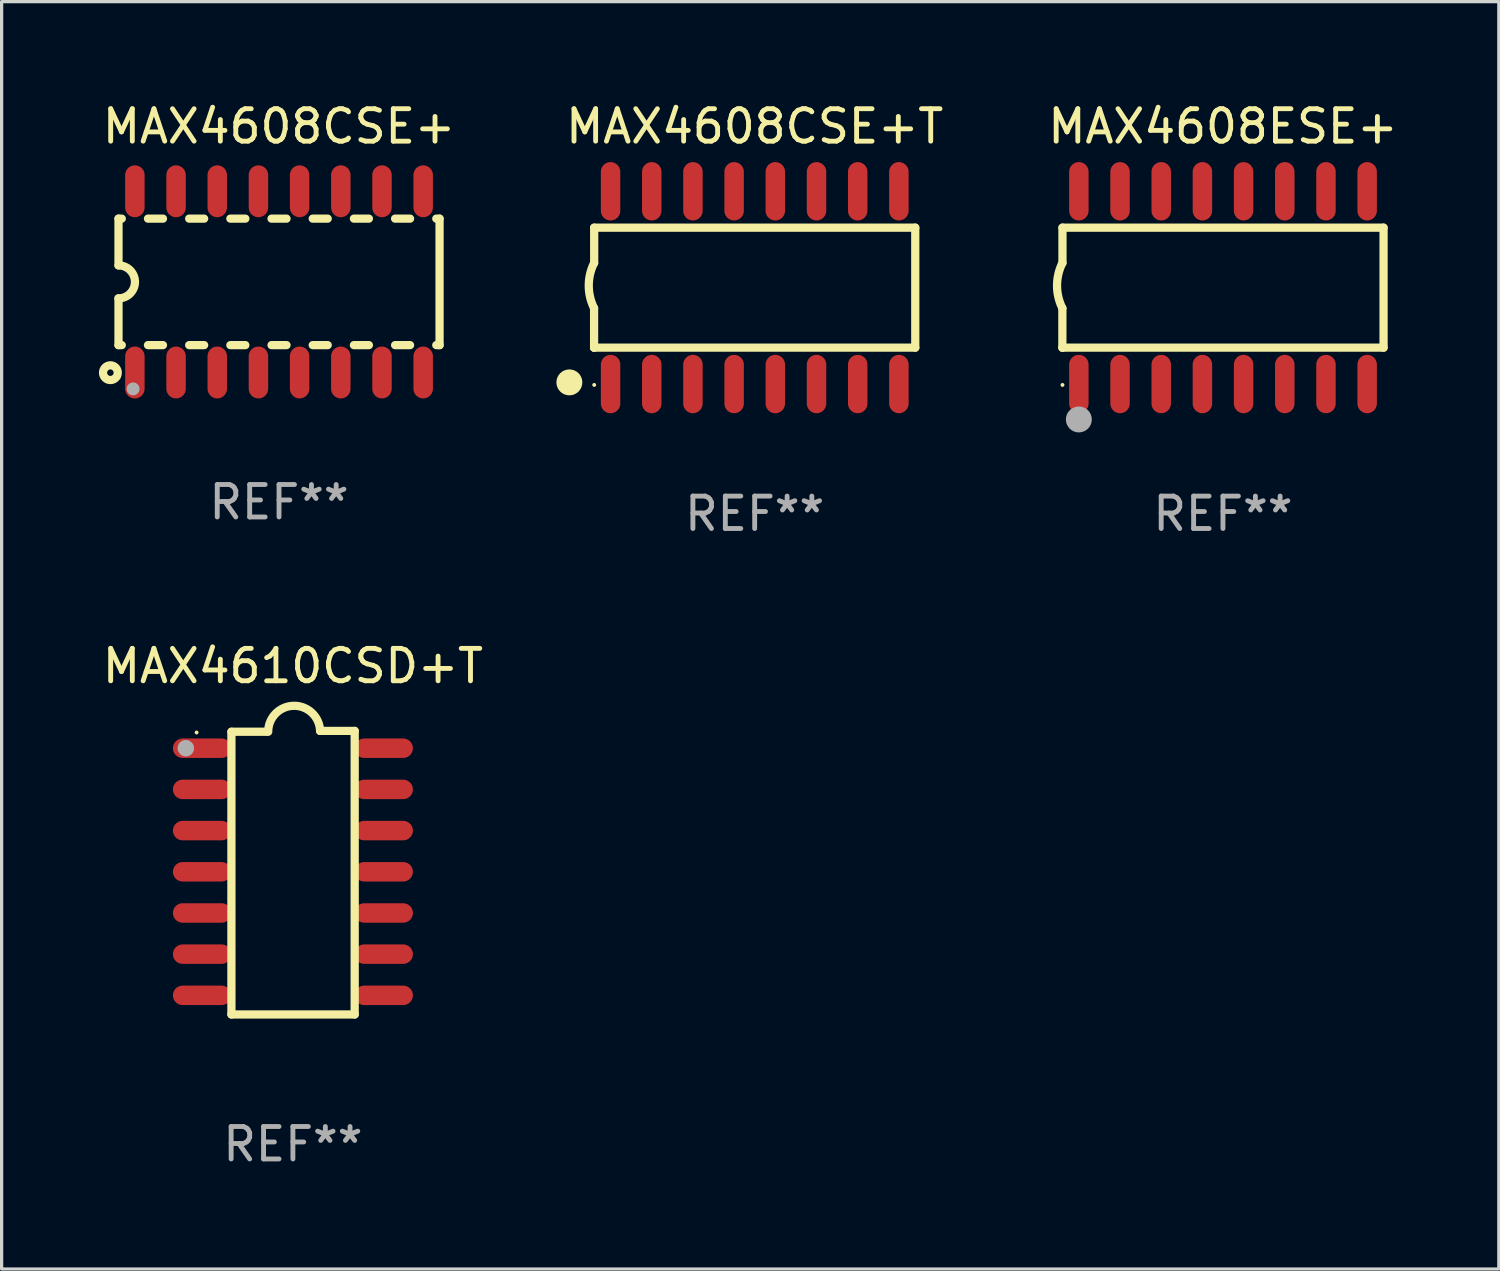
<source format=kicad_pcb>
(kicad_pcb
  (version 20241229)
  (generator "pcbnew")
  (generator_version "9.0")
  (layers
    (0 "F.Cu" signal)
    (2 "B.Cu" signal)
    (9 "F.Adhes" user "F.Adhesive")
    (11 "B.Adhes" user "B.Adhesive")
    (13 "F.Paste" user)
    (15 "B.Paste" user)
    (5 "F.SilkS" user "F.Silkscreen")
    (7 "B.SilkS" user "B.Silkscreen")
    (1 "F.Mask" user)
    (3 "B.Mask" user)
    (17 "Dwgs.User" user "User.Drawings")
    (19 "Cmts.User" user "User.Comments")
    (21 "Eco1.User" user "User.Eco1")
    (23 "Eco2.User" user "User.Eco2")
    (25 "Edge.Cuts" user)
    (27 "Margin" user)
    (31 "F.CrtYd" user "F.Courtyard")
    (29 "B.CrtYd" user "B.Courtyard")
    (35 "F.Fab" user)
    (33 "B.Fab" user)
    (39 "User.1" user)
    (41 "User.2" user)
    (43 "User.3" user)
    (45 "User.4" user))
  (footprint "MAX4608CSE+"
    (layer "F.Cu")
    (at 5.554 5.642)
    (property "Reference" "MAX4608CSE+" (at 0 -4.794 0) (layer "F.SilkS") (effects (font (size 1 1) (thickness 0.15))))
    (attr through_hole)
    (fp_line (start -4.95 -1.95) (end -4.95 -0.508) (stroke (width 0.254) (type solid)) (layer "F.SilkS"))
    (fp_line (start -4.95 -1.95) (end -4.849 -1.95) (stroke (width 0.254) (type solid)) (layer "F.SilkS"))
    (fp_line (start -4.95 1.95) (end -4.95 0.508) (stroke (width 0.254) (type solid)) (layer "F.SilkS"))
    (fp_line (start -4.95 1.95) (end -4.849 1.95) (stroke (width 0.254) (type solid)) (layer "F.SilkS"))
    (fp_line (start -4.041 -1.95) (end -3.579 -1.95) (stroke (width 0.254) (type solid)) (layer "F.SilkS"))
    (fp_line (start -4.041 1.95) (end -3.579 1.95) (stroke (width 0.254) (type solid)) (layer "F.SilkS"))
    (fp_line (start -2.771 -1.95) (end -2.309 -1.95) (stroke (width 0.254) (type solid)) (layer "F.SilkS"))
    (fp_line (start -2.771 1.95) (end -2.309 1.95) (stroke (width 0.254) (type solid)) (layer "F.SilkS"))
    (fp_line (start -1.501 -1.95) (end -1.039 -1.95) (stroke (width 0.254) (type solid)) (layer "F.SilkS"))
    (fp_line (start -1.501 1.95) (end -1.039 1.95) (stroke (width 0.254) (type solid)) (layer "F.SilkS"))
    (fp_line (start -0.231 -1.95) (end 0.231 -1.95) (stroke (width 0.254) (type solid)) (layer "F.SilkS"))
    (fp_line (start -0.231 1.95) (end 0.231 1.95) (stroke (width 0.254) (type solid)) (layer "F.SilkS"))
    (fp_line (start 1.039 -1.95) (end 1.501 -1.95) (stroke (width 0.254) (type solid)) (layer "F.SilkS"))
    (fp_line (start 1.039 1.95) (end 1.501 1.95) (stroke (width 0.254) (type solid)) (layer "F.SilkS"))
    (fp_line (start 2.309 -1.95) (end 2.771 -1.95) (stroke (width 0.254) (type solid)) (layer "F.SilkS"))
    (fp_line (start 2.309 1.95) (end 2.771 1.95) (stroke (width 0.254) (type solid)) (layer "F.SilkS"))
    (fp_line (start 3.579 -1.95) (end 4.041 -1.95) (stroke (width 0.254) (type solid)) (layer "F.SilkS"))
    (fp_line (start 3.579 1.95) (end 4.041 1.95) (stroke (width 0.254) (type solid)) (layer "F.SilkS"))
    (fp_line (start 4.849 -1.95) (end 4.95 -1.95) (stroke (width 0.254) (type solid)) (layer "F.SilkS"))
    (fp_line (start 4.849 1.95) (end 4.95 1.95) (stroke (width 0.254) (type solid)) (layer "F.SilkS"))
    (fp_line (start 4.95 -1.95) (end 4.95 1.95) (stroke (width 0.254) (type solid)) (layer "F.SilkS"))
    (fp_arc (start -4.95047 -0.508001) (mid -4.442469 -0.000228) (end -4.950013 0.508001) (stroke (width 0.254001) (type solid)) (layer "F.SilkS"))
    (fp_circle (center -5.2 2.8) (end -5.1 2.8) (stroke (width 0.254) (type solid)) (fill no) (layer "F.SilkS"))
    (fp_circle (center -4.95 2.947) (end -4.92 2.947) (stroke (width 0.06) (type solid)) (fill no) (layer "F.SilkS"))
    (fp_circle (center -4.5 3.3) (end -4.4 3.3) (stroke (width 0.2) (type solid)) (fill no) (layer "F.Fab"))
    (fp_text user "REF**" (at 0 6.794 0) (layer "F.Fab") (effects (font (size 1 1) (thickness 0.15))))
    (pad "1" smd oval (at -4.445 2.794) (size 0.6 1.6) (layers "F.Cu" "F.Mask" "F.Paste"))
    (pad "2" smd oval (at -3.175 2.794) (size 0.6 1.6) (layers "F.Cu" "F.Mask" "F.Paste"))
    (pad "3" smd oval (at -1.905 2.794) (size 0.6 1.6) (layers "F.Cu" "F.Mask" "F.Paste"))
    (pad "4" smd oval (at -0.635 2.794) (size 0.6 1.6) (layers "F.Cu" "F.Mask" "F.Paste"))
    (pad "5" smd oval (at 0.635 2.794) (size 0.6 1.6) (layers "F.Cu" "F.Mask" "F.Paste"))
    (pad "6" smd oval (at 1.905 2.794) (size 0.6 1.6) (layers "F.Cu" "F.Mask" "F.Paste"))
    (pad "7" smd oval (at 3.175 2.794) (size 0.6 1.6) (layers "F.Cu" "F.Mask" "F.Paste"))
    (pad "8" smd oval (at 4.445 2.794) (size 0.6 1.6) (layers "F.Cu" "F.Mask" "F.Paste"))
    (pad "9" smd oval (at 4.445 -2.794) (size 0.6 1.6) (layers "F.Cu" "F.Mask" "F.Paste"))
    (pad "10" smd oval (at 3.175 -2.794) (size 0.6 1.6) (layers "F.Cu" "F.Mask" "F.Paste"))
    (pad "11" smd oval (at 1.905 -2.794) (size 0.6 1.6) (layers "F.Cu" "F.Mask" "F.Paste"))
    (pad "12" smd oval (at 0.635 -2.794) (size 0.6 1.6) (layers "F.Cu" "F.Mask" "F.Paste"))
    (pad "13" smd oval (at -0.635 -2.794) (size 0.6 1.6) (layers "F.Cu" "F.Mask" "F.Paste"))
    (pad "14" smd oval (at -1.905 -2.794) (size 0.6 1.6) (layers "F.Cu" "F.Mask" "F.Paste"))
    (pad "15" smd oval (at -3.175 -2.794) (size 0.6 1.6) (layers "F.Cu" "F.Mask" "F.Paste"))
    (pad "16" smd oval (at -4.445 -2.794) (size 0.6 1.6) (layers "F.Cu" "F.Mask" "F.Paste")))
  (footprint "MAX4608CSE+T"
    (layer "F.Cu")
    (at 20.221 5.82)
    (property "Reference" "MAX4608CSE+T" (at 0 -4.972 0) (layer "F.SilkS") (effects (font (size 1 1) (thickness 0.15))))
    (attr through_hole)
    (fp_line (start -4.952 0.635) (end -4.952 1.85) (stroke (width 0.254) (type solid)) (layer "F.SilkS"))
    (fp_line (start -4.952 1.85) (end -4.949 1.85) (stroke (width 0.254) (type solid)) (layer "F.SilkS"))
    (fp_line (start -4.949 -1.85) (end -4.949 -0.762) (stroke (width 0.254) (type solid)) (layer "F.SilkS"))
    (fp_line (start -4.949 1.85) (end 4.952 1.85) (stroke (width 0.254) (type solid)) (layer "F.SilkS"))
    (fp_line (start 4.952 -1.85) (end -4.949 -1.85) (stroke (width 0.254) (type solid)) (layer "F.SilkS"))
    (fp_line (start 4.952 1.85) (end 4.952 -1.85) (stroke (width 0.254) (type solid)) (layer "F.SilkS"))
    (fp_arc (start -4.951512 0.635) (mid -5.116405 -0.063501) (end -4.951511 -0.762002) (stroke (width 0.254001) (type solid)) (layer "F.SilkS"))
    (fp_circle (center -5.714 2.921) (end -5.514 2.921) (stroke (width 0.4) (type solid)) (fill no) (layer "F.SilkS"))
    (fp_circle (center -4.948 3) (end -4.918 3) (stroke (width 0.06) (type solid)) (fill no) (layer "F.SilkS"))
    (fp_text user "REF**" (at 0 6.972 0) (layer "F.Fab") (effects (font (size 1 1) (thickness 0.15))))
    (pad "1" smd oval (at -4.444 2.972 180) (size 0.6 1.8) (layers "F.Cu" "F.Mask" "F.Paste"))
    (pad "2" smd oval (at -3.174 2.972 180) (size 0.6 1.8) (layers "F.Cu" "F.Mask" "F.Paste"))
    (pad "3" smd oval (at -1.904 2.972 180) (size 0.6 1.8) (layers "F.Cu" "F.Mask" "F.Paste"))
    (pad "4" smd oval (at -0.634 2.972 180) (size 0.6 1.8) (layers "F.Cu" "F.Mask" "F.Paste"))
    (pad "5" smd oval (at 0.636 2.972 180) (size 0.6 1.8) (layers "F.Cu" "F.Mask" "F.Paste"))
    (pad "6" smd oval (at 1.907 2.972 180) (size 0.6 1.8) (layers "F.Cu" "F.Mask" "F.Paste"))
    (pad "7" smd oval (at 3.177 2.972 180) (size 0.6 1.8) (layers "F.Cu" "F.Mask" "F.Paste"))
    (pad "8" smd oval (at 4.447 2.972 180) (size 0.6 1.8) (layers "F.Cu" "F.Mask" "F.Paste"))
    (pad "9" smd oval (at 4.447 -2.972 180) (size 0.6 1.8) (layers "F.Cu" "F.Mask" "F.Paste"))
    (pad "10" smd oval (at 3.177 -2.972 180) (size 0.6 1.8) (layers "F.Cu" "F.Mask" "F.Paste"))
    (pad "11" smd oval (at 1.907 -2.972 180) (size 0.6 1.8) (layers "F.Cu" "F.Mask" "F.Paste"))
    (pad "12" smd oval (at 0.636 -2.972 180) (size 0.6 1.8) (layers "F.Cu" "F.Mask" "F.Paste"))
    (pad "13" smd oval (at -0.634 -2.972 180) (size 0.6 1.8) (layers "F.Cu" "F.Mask" "F.Paste"))
    (pad "14" smd oval (at -1.904 -2.972 180) (size 0.6 1.8) (layers "F.Cu" "F.Mask" "F.Paste"))
    (pad "15" smd oval (at -3.174 -2.972 180) (size 0.6 1.8) (layers "F.Cu" "F.Mask" "F.Paste"))
    (pad "16" smd oval (at -4.444 -2.972 180) (size 0.6 1.8) (layers "F.Cu" "F.Mask" "F.Paste")))
  (footprint "MAX4610CSD+T"
    (layer "F.Cu")
    (at 5.982 23.86)
    (property "Reference" "MAX4610CSD+T" (at 0 -6.372 0) (layer "F.SilkS") (effects (font (size 1 1) (thickness 0.15))))
    (attr through_hole)
    (fp_line (start -1.896 -4.346) (end -0.813 -4.346) (stroke (width 0.254) (type solid)) (layer "F.SilkS"))
    (fp_line (start -1.896 4.372) (end -1.896 -4.346) (stroke (width 0.254) (type solid)) (layer "F.SilkS"))
    (fp_line (start 0.838 -4.372) (end 1.905 -4.372) (stroke (width 0.254) (type solid)) (layer "F.SilkS"))
    (fp_line (start 1.905 -4.372) (end 1.905 4.372) (stroke (width 0.254) (type solid)) (layer "F.SilkS"))
    (fp_line (start 1.905 4.372) (end -1.896 4.372) (stroke (width 0.254) (type solid)) (layer "F.SilkS"))
    (fp_arc (start -0.761799 -4.346291) (mid 0.025807 -5.146222) (end 0.838405 -4.371692) (stroke (width 0.254001) (type solid)) (layer "F.SilkS"))
    (fp_circle (center -2.97 -4.323) (end -2.94 -4.323) (stroke (width 0.06) (type solid)) (fill no) (layer "F.SilkS"))
    (fp_circle (center -3.302 -3.838) (end -3.175 -3.838) (stroke (width 0.254) (type solid)) (fill no) (layer "F.Fab"))
    (fp_text user "REF**" (at 0 8.372 0) (layer "F.Fab") (effects (font (size 1 1) (thickness 0.15))))
    (pad "1" smd oval (at -2.8 -3.838) (size 1.8 0.6) (layers "F.Cu" "F.Mask" "F.Paste"))
    (pad "2" smd oval (at -2.8 -2.568) (size 1.8 0.6) (layers "F.Cu" "F.Mask" "F.Paste"))
    (pad "3" smd oval (at -2.8 -1.298) (size 1.8 0.6) (layers "F.Cu" "F.Mask" "F.Paste"))
    (pad "4" smd oval (at -2.8 -0.028) (size 1.8 0.6) (layers "F.Cu" "F.Mask" "F.Paste"))
    (pad "5" smd oval (at -2.8 1.242) (size 1.8 0.6) (layers "F.Cu" "F.Mask" "F.Paste"))
    (pad "6" smd oval (at -2.8 2.512) (size 1.8 0.6) (layers "F.Cu" "F.Mask" "F.Paste"))
    (pad "7" smd oval (at -2.8 3.782) (size 1.8 0.6) (layers "F.Cu" "F.Mask" "F.Paste"))
    (pad "8" smd oval (at 2.8 3.782) (size 1.8 0.6) (layers "F.Cu" "F.Mask" "F.Paste"))
    (pad "9" smd oval (at 2.8 2.512) (size 1.8 0.6) (layers "F.Cu" "F.Mask" "F.Paste"))
    (pad "10" smd oval (at 2.8 1.242) (size 1.8 0.6) (layers "F.Cu" "F.Mask" "F.Paste"))
    (pad "11" smd oval (at 2.8 -0.028) (size 1.8 0.6) (layers "F.Cu" "F.Mask" "F.Paste"))
    (pad "12" smd oval (at 2.8 -1.298) (size 1.8 0.6) (layers "F.Cu" "F.Mask" "F.Paste"))
    (pad "13" smd oval (at 2.8 -2.568) (size 1.8 0.6) (layers "F.Cu" "F.Mask" "F.Paste"))
    (pad "14" smd oval (at 2.8 -3.838) (size 1.8 0.6) (layers "F.Cu" "F.Mask" "F.Paste")))
  (footprint "MAX4608ESE+"
    (layer "F.Cu")
    (at 34.661 5.82)
    (property "Reference" "MAX4608ESE+" (at 0 -4.972 0) (layer "F.SilkS") (effects (font (size 1 1) (thickness 0.15))))
    (attr through_hole)
    (fp_line (start -4.952 0.635) (end -4.952 1.85) (stroke (width 0.254) (type solid)) (layer "F.SilkS"))
    (fp_line (start -4.952 1.85) (end -4.949 1.85) (stroke (width 0.254) (type solid)) (layer "F.SilkS"))
    (fp_line (start -4.949 -1.85) (end -4.949 -0.762) (stroke (width 0.254) (type solid)) (layer "F.SilkS"))
    (fp_line (start -4.949 1.85) (end 4.952 1.85) (stroke (width 0.254) (type solid)) (layer "F.SilkS"))
    (fp_line (start 4.952 -1.85) (end -4.949 -1.85) (stroke (width 0.254) (type solid)) (layer "F.SilkS"))
    (fp_line (start 4.952 1.85) (end 4.952 -1.85) (stroke (width 0.254) (type solid)) (layer "F.SilkS"))
    (fp_arc (start -4.951524 0.635001) (mid -5.116418 -0.0635) (end -4.951524 -0.762002) (stroke (width 0.254001) (type solid)) (layer "F.SilkS"))
    (fp_circle (center -4.949 3) (end -4.919 3) (stroke (width 0.06) (type solid)) (fill no) (layer "F.SilkS"))
    (fp_circle (center -4.444 4.064) (end -4.244 4.064) (stroke (width 0.4) (type solid)) (fill no) (layer "F.Fab"))
    (fp_text user "REF**" (at 0 6.972 0) (layer "F.Fab") (effects (font (size 1 1) (thickness 0.15))))
    (pad "1" smd oval (at -4.444 2.972 180) (size 0.6 1.8) (layers "F.Cu" "F.Mask" "F.Paste"))
    (pad "2" smd oval (at -3.174 2.972 180) (size 0.6 1.8) (layers "F.Cu" "F.Mask" "F.Paste"))
    (pad "3" smd oval (at -1.904 2.972 180) (size 0.6 1.8) (layers "F.Cu" "F.Mask" "F.Paste"))
    (pad "4" smd oval (at -0.634 2.972 180) (size 0.6 1.8) (layers "F.Cu" "F.Mask" "F.Paste"))
    (pad "5" smd oval (at 0.636 2.972 180) (size 0.6 1.8) (layers "F.Cu" "F.Mask" "F.Paste"))
    (pad "6" smd oval (at 1.906 2.972 180) (size 0.6 1.8) (layers "F.Cu" "F.Mask" "F.Paste"))
    (pad "7" smd oval (at 3.176 2.972 180) (size 0.6 1.8) (layers "F.Cu" "F.Mask" "F.Paste"))
    (pad "8" smd oval (at 4.446 2.972 180) (size 0.6 1.8) (layers "F.Cu" "F.Mask" "F.Paste"))
    (pad "9" smd oval (at 4.446 -2.972 180) (size 0.6 1.8) (layers "F.Cu" "F.Mask" "F.Paste"))
    (pad "10" smd oval (at 3.176 -2.972 180) (size 0.6 1.8) (layers "F.Cu" "F.Mask" "F.Paste"))
    (pad "11" smd oval (at 1.906 -2.972 180) (size 0.6 1.8) (layers "F.Cu" "F.Mask" "F.Paste"))
    (pad "12" smd oval (at 0.636 -2.972 180) (size 0.6 1.8) (layers "F.Cu" "F.Mask" "F.Paste"))
    (pad "13" smd oval (at -0.634 -2.972 180) (size 0.6 1.8) (layers "F.Cu" "F.Mask" "F.Paste"))
    (pad "14" smd oval (at -1.904 -2.972 180) (size 0.6 1.8) (layers "F.Cu" "F.Mask" "F.Paste"))
    (pad "15" smd oval (at -3.174 -2.972 180) (size 0.6 1.8) (layers "F.Cu" "F.Mask" "F.Paste"))
    (pad "16" smd oval (at -4.444 -2.972 180) (size 0.6 1.8) (layers "F.Cu" "F.Mask" "F.Paste")))
  (gr_rect
    (start -3 -3)
    (end 43.167 36.08)
    (stroke (width 0.1) (type default))
    (fill no)
    (layer "Edge.Cuts")))
</source>
